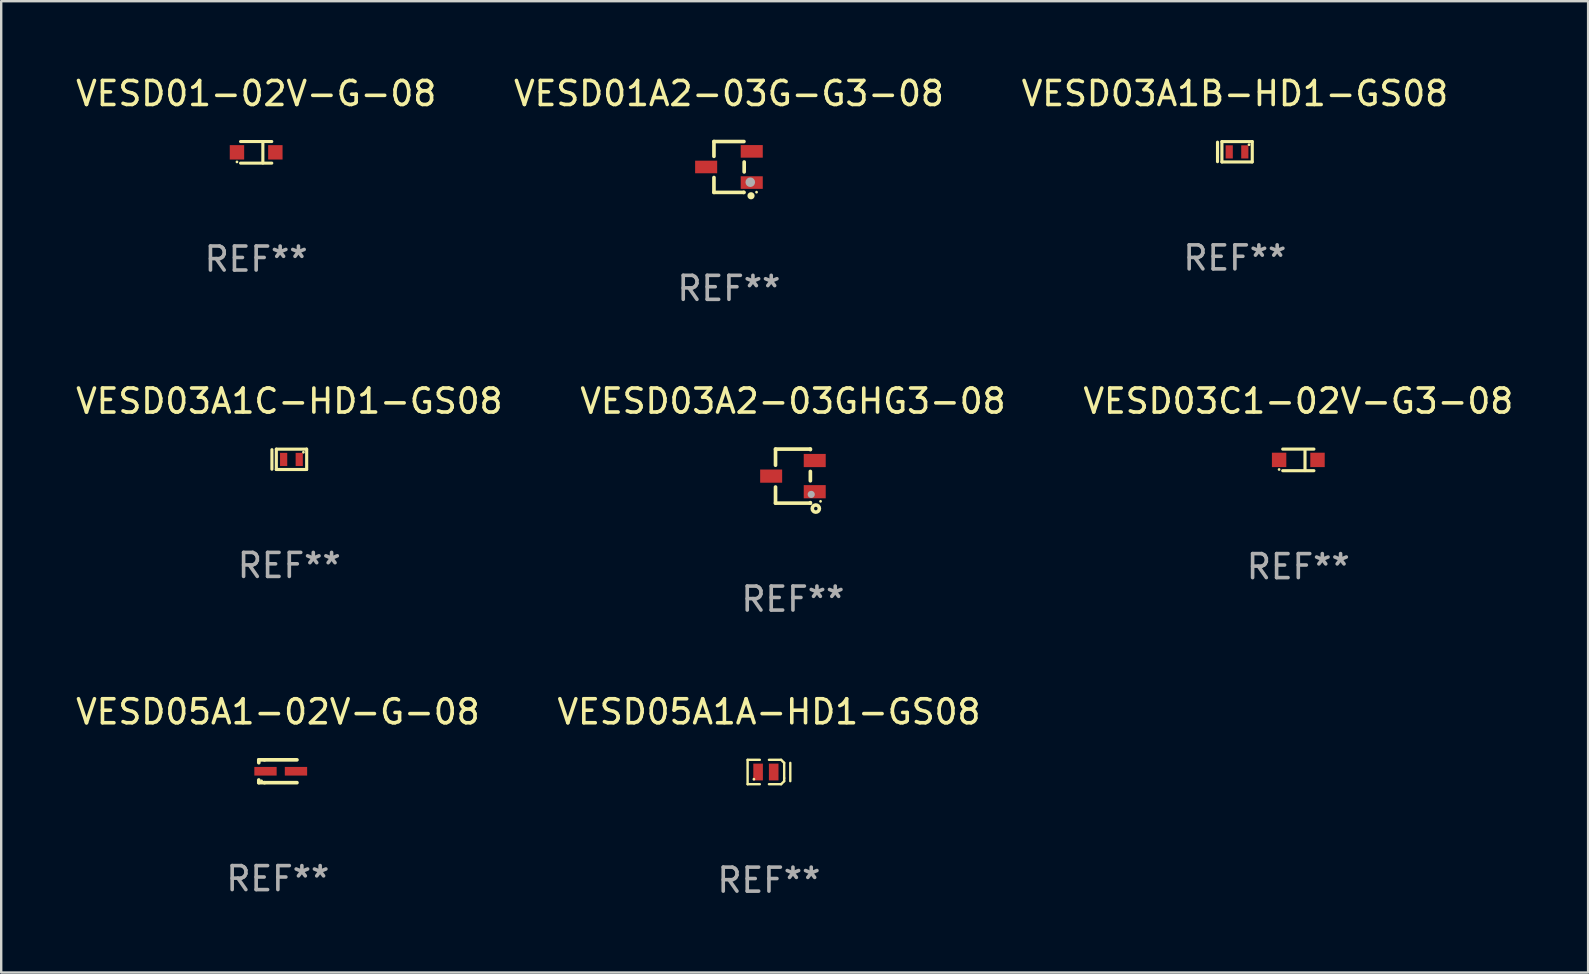
<source format=kicad_pcb>
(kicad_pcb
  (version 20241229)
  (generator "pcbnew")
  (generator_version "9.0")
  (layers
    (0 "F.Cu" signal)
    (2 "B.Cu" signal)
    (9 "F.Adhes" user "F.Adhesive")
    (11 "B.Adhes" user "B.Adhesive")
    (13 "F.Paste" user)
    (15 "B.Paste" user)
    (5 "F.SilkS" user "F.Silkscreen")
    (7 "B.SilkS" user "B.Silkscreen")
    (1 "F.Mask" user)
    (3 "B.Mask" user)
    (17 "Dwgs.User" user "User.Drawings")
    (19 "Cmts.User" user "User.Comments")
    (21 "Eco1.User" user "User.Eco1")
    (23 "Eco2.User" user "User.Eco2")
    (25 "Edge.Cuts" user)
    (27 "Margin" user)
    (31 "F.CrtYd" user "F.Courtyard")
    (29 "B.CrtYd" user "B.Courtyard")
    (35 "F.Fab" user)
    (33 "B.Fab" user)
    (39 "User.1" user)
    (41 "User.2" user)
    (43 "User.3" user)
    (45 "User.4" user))
  (footprint "VESD03C1-02V-G3-08"
    (layer "F.Cu")
    (at 51.054 16.115)
    (property "Reference" "VESD03C1-02V-G3-08" (at 0 -2.45 0) (layer "F.SilkS") (effects (font (size 1 1) (thickness 0.15))))
    (attr through_hole)
    (fp_line (start -0.65 -0.45) (end 0.65 -0.45) (stroke (width 0.13) (type solid)) (layer "F.SilkS"))
    (fp_line (start -0.65 0.45) (end 0.65 0.45) (stroke (width 0.13) (type solid)) (layer "F.SilkS"))
    (fp_line (start 0.279 -0.406) (end 0.279 0.444) (stroke (width 0.13) (type solid)) (layer "F.SilkS"))
    (fp_circle (center -0.8 0.4) (end -0.77 0.4) (stroke (width 0.06) (type solid)) (fill no) (layer "F.SilkS"))
    (fp_text user "REF**" (at 0 4.45 0) (layer "F.Fab") (effects (font (size 1 1) (thickness 0.15))))
    (pad "1" smd rect (at -0.8 0) (size 0.6 0.6) (layers "F.Cu" "F.Mask" "F.Paste"))
    (pad "2" smd rect (at 0.8 0 180) (size 0.6 0.6) (layers "F.Cu" "F.Mask" "F.Paste")))
  (footprint "VESD01-02V-G-08"
    (layer "F.Cu")
    (at 7.625 3.298)
    (property "Reference" "VESD01-02V-G-08" (at 0 -2.45 0) (layer "F.SilkS") (effects (font (size 1 1) (thickness 0.15))))
    (attr through_hole)
    (fp_line (start -0.65 -0.45) (end 0.65 -0.45) (stroke (width 0.13) (type solid)) (layer "F.SilkS"))
    (fp_line (start -0.65 0.45) (end 0.65 0.45) (stroke (width 0.13) (type solid)) (layer "F.SilkS"))
    (fp_line (start 0.279 -0.406) (end 0.279 0.444) (stroke (width 0.13) (type solid)) (layer "F.SilkS"))
    (fp_circle (center -0.8 0.4) (end -0.77 0.4) (stroke (width 0.06) (type solid)) (fill no) (layer "F.SilkS"))
    (fp_text user "REF**" (at 0 4.45 0) (layer "F.Fab") (effects (font (size 1 1) (thickness 0.15))))
    (pad "1" smd rect (at -0.8 0) (size 0.6 0.6) (layers "F.Cu" "F.Mask" "F.Paste"))
    (pad "2" smd rect (at 0.8 0 180) (size 0.6 0.6) (layers "F.Cu" "F.Mask" "F.Paste")))
  (footprint "VESD03A2-03GHG3-08"
    (layer "F.Cu")
    (at 29.994 16.791)
    (property "Reference" "VESD03A2-03GHG3-08" (at 0 -3.126 0) (layer "F.SilkS") (effects (font (size 1 1) (thickness 0.15))))
    (attr through_hole)
    (fp_line (start -0.726 -0.455) (end -0.726 -1.126) (stroke (width 0.152) (type solid)) (layer "F.SilkS"))
    (fp_line (start -0.726 1.126) (end -0.726 0.455) (stroke (width 0.152) (type solid)) (layer "F.SilkS"))
    (fp_line (start 0.726 -1.126) (end -0.726 -1.126) (stroke (width 0.152) (type solid)) (layer "F.SilkS"))
    (fp_line (start 0.726 -1.126) (end 0.726 -1.105) (stroke (width 0.152) (type solid)) (layer "F.SilkS"))
    (fp_line (start 0.726 -0.195) (end 0.726 0.195) (stroke (width 0.152) (type solid)) (layer "F.SilkS"))
    (fp_line (start 0.726 1.105) (end 0.726 1.126) (stroke (width 0.152) (type solid)) (layer "F.SilkS"))
    (fp_line (start 0.726 1.126) (end -0.726 1.126) (stroke (width 0.152) (type solid)) (layer "F.SilkS"))
    (fp_circle (center 0.953 1.352) (end 1.027 1.352) (stroke (width 0.15) (type solid)) (fill no) (layer "F.SilkS"))
    (fp_circle (center 1.15 1.05) (end 1.18 1.05) (stroke (width 0.06) (type solid)) (fill no) (layer "F.SilkS"))
    (fp_circle (center 0.762 0.762) (end 0.837 0.762) (stroke (width 0.15) (type solid)) (fill no) (layer "F.Fab"))
    (fp_text user "REF**" (at 0 5.126 0) (layer "F.Fab") (effects (font (size 1 1) (thickness 0.15))))
    (pad "1" smd rect (at 0.908 0.65 90) (size 0.55 0.916) (layers "F.Cu" "F.Mask" "F.Paste"))
    (pad "2" smd rect (at 0.908 -0.65 90) (size 0.55 0.916) (layers "F.Cu" "F.Mask" "F.Paste"))
    (pad "3" smd rect (at -0.908 0.000064 90) (size 0.55 0.916) (layers "F.Cu" "F.Mask" "F.Paste")))
  (footprint "VESD01A2-03G-G3-08"
    (layer "F.Cu")
    (at 27.327 3.908)
    (property "Reference" "VESD01A2-03G-G3-08" (at 0 -3.06 0) (layer "F.SilkS") (effects (font (size 1 1) (thickness 0.15))))
    (attr through_hole)
    (fp_line (start -0.625 -1.06) (end -0.625 -0.443) (stroke (width 0.152) (type solid)) (layer "F.SilkS"))
    (fp_line (start -0.625 -1.06) (end 0.625 -1.06) (stroke (width 0.152) (type solid)) (layer "F.SilkS"))
    (fp_line (start -0.625 0.44) (end -0.625 1.06) (stroke (width 0.152) (type solid)) (layer "F.SilkS"))
    (fp_line (start -0.625 1.06) (end 0.615 1.06) (stroke (width 0.152) (type solid)) (layer "F.SilkS"))
    (fp_line (start 0.615 1.06) (end 0.625 1.06) (stroke (width 0.152) (type solid)) (layer "F.SilkS"))
    (fp_line (start 0.635 0.207) (end 0.635 -0.207) (stroke (width 0.152) (type solid)) (layer "F.SilkS"))
    (fp_circle (center 0.92 1.2) (end 0.995 1.2) (stroke (width 0.15) (type solid)) (fill no) (layer "F.SilkS"))
    (fp_circle (center 1.15 1.05) (end 1.18 1.05) (stroke (width 0.06) (type solid)) (fill no) (layer "F.SilkS"))
    (fp_circle (center 0.889 0.635) (end 0.989 0.635) (stroke (width 0.2) (type solid)) (fill no) (layer "F.Fab"))
    (fp_text user "REF**" (at 0 5.06 0) (layer "F.Fab") (effects (font (size 1 1) (thickness 0.15))))
    (pad "1" smd rect (at 0.95 0.65 90) (size 0.525 0.919) (layers "F.Cu" "F.Mask" "F.Paste"))
    (pad "2" smd rect (at 0.95 -0.65 90) (size 0.525 0.919) (layers "F.Cu" "F.Mask" "F.Paste"))
    (pad "3" smd rect (at -0.95 0.000102 90) (size 0.525 0.919) (layers "F.Cu" "F.Mask" "F.Paste")))
  (footprint "VESD05A1-02V-G-08"
    (layer "F.Cu")
    (at 8.53 29.09)
    (property "Reference" "VESD05A1-02V-G-08" (at 0 -2.476 0) (layer "F.SilkS") (effects (font (size 1 1) (thickness 0.15))))
    (attr through_hole)
    (fp_line (start -0.795 -0.476) (end -0.795 -0.356) (stroke (width 0.152) (type solid)) (layer "F.SilkS"))
    (fp_line (start -0.795 0.363) (end -0.795 0.476) (stroke (width 0.152) (type solid)) (layer "F.SilkS"))
    (fp_line (start -0.795 0.476) (end -0.557 0.476) (stroke (width 0.152) (type solid)) (layer "F.SilkS"))
    (fp_line (start -0.557 -0.476) (end -0.795 -0.476) (stroke (width 0.152) (type solid)) (layer "F.SilkS"))
    (fp_line (start -0.557 -0.476) (end 0.795 -0.476) (stroke (width 0.152) (type solid)) (layer "F.SilkS"))
    (fp_line (start -0.557 0.476) (end 0.795 0.476) (stroke (width 0.152) (type solid)) (layer "F.SilkS"))
    (fp_circle (center -0.681 0.4) (end -0.651 0.4) (stroke (width 0.06) (type solid)) (fill no) (layer "F.SilkS"))
    (fp_text user "REF**" (at 0 4.476 0) (layer "F.Fab") (effects (font (size 1 1) (thickness 0.15))))
    (pad "1" smd rect (at -0.516 0 180) (size 0.93 0.36) (layers "F.Cu" "F.Mask" "F.Paste"))
    (pad "2" smd rect (at 0.754 0 180) (size 0.93 0.36) (layers "F.Cu" "F.Mask" "F.Paste")))
  (footprint "VESD03A1B-HD1-GS08"
    (layer "F.Cu")
    (at 48.411 3.274)
    (property "Reference" "VESD03A1B-HD1-GS08" (at 0 -2.425 0) (layer "F.SilkS") (effects (font (size 1 1) (thickness 0.15))))
    (attr through_hole)
    (fp_line (start -0.724 -0.4) (end -0.724 0.413) (stroke (width 0.13) (type solid)) (layer "F.SilkS"))
    (fp_line (start -0.541 0.425) (end -0.541 -0.423) (stroke (width 0.13) (type solid)) (layer "F.SilkS"))
    (fp_line (start -0.541 0.425) (end 0.719 0.425) (stroke (width 0.13) (type solid)) (layer "F.SilkS"))
    (fp_line (start 0.719 -0.423) (end -0.541 -0.423) (stroke (width 0.13) (type solid)) (layer "F.SilkS"))
    (fp_line (start 0.724 0.425) (end 0.724 -0.425) (stroke (width 0.13) (type solid)) (layer "F.SilkS"))
    (fp_circle (center 0.589 -0.294) (end 0.619 -0.294) (stroke (width 0.06) (type solid)) (fill no) (layer "F.SilkS"))
    (fp_text user "REF**" (at 0 4.425 0) (layer "F.Fab") (effects (font (size 1 1) (thickness 0.15))))
    (pad "1" smd rect (at 0.414 0.006) (size 0.3 0.55) (layers "F.Cu" "F.Mask" "F.Paste"))
    (pad "2" smd rect (at -0.236 0.006 180) (size 0.3 0.55) (layers "F.Cu" "F.Mask" "F.Paste")))
  (footprint "VESD03A1C-HD1-GS08"
    (layer "F.Cu")
    (at 9.006 16.09)
    (property "Reference" "VESD03A1C-HD1-GS08" (at 0 -2.425 0) (layer "F.SilkS") (effects (font (size 1 1) (thickness 0.15))))
    (attr through_hole)
    (fp_line (start -0.724 -0.4) (end -0.724 0.413) (stroke (width 0.13) (type solid)) (layer "F.SilkS"))
    (fp_line (start -0.541 0.425) (end -0.541 -0.423) (stroke (width 0.13) (type solid)) (layer "F.SilkS"))
    (fp_line (start -0.541 0.425) (end 0.719 0.425) (stroke (width 0.13) (type solid)) (layer "F.SilkS"))
    (fp_line (start 0.719 -0.423) (end -0.541 -0.423) (stroke (width 0.13) (type solid)) (layer "F.SilkS"))
    (fp_line (start 0.724 0.425) (end 0.724 -0.425) (stroke (width 0.13) (type solid)) (layer "F.SilkS"))
    (fp_circle (center 0.589 -0.294) (end 0.619 -0.294) (stroke (width 0.06) (type solid)) (fill no) (layer "F.SilkS"))
    (fp_text user "REF**" (at 0 4.425 0) (layer "F.Fab") (effects (font (size 1 1) (thickness 0.15))))
    (pad "1" smd rect (at 0.414 0.006) (size 0.3 0.55) (layers "F.Cu" "F.Mask" "F.Paste"))
    (pad "2" smd rect (at -0.236 0.006 180) (size 0.3 0.55) (layers "F.Cu" "F.Mask" "F.Paste")))
  (footprint "VESD05A1A-HD1-GS08"
    (layer "F.Cu")
    (at 28.994 29.122)
    (property "Reference" "VESD05A1A-HD1-GS08" (at 0 -2.508 0) (layer "F.SilkS") (effects (font (size 1 1) (thickness 0.15))))
    (attr through_hole)
    (fp_line (start -0.889 -0.508) (end -0.889 0.508) (stroke (width 0.1) (type solid)) (layer "F.SilkS"))
    (fp_line (start -0.889 0.508) (end -0.381 0.508) (stroke (width 0.1) (type solid)) (layer "F.SilkS"))
    (fp_line (start -0.381 -0.508) (end -0.889 -0.508) (stroke (width 0.1) (type solid)) (layer "F.SilkS"))
    (fp_line (start 0 -0.508) (end 0.508 -0.508) (stroke (width 0.1) (type solid)) (layer "F.SilkS"))
    (fp_line (start 0.508 -0.508) (end 0.635 -0.381) (stroke (width 0.1) (type solid)) (layer "F.SilkS"))
    (fp_line (start 0.508 0.508) (end 0 0.508) (stroke (width 0.1) (type solid)) (layer "F.SilkS"))
    (fp_line (start 0.635 -0.381) (end 0.635 0.254) (stroke (width 0.1) (type solid)) (layer "F.SilkS"))
    (fp_line (start 0.635 0.254) (end 0.635 0.381) (stroke (width 0.1) (type solid)) (layer "F.SilkS"))
    (fp_line (start 0.635 0.381) (end 0.508 0.508) (stroke (width 0.1) (type solid)) (layer "F.SilkS"))
    (fp_line (start 0.889 -0.381) (end 0.889 0.381) (stroke (width 0.1) (type solid)) (layer "F.SilkS"))
    (fp_circle (center -0.627 0.3) (end -0.597 0.3) (stroke (width 0.06) (type solid)) (fill no) (layer "F.SilkS"))
    (fp_text user "REF**" (at 0 4.508 0) (layer "F.Fab") (effects (font (size 1 1) (thickness 0.15))))
    (pad "1" smd rect (at -0.452 0) (size 0.4 0.7) (layers "F.Cu" "F.Mask" "F.Paste"))
    (pad "2" smd rect (at 0.198 0) (size 0.4 0.7) (layers "F.Cu" "F.Mask" "F.Paste")))
  (gr_rect
    (start -3 -3)
    (end 63.131 37.478)
    (stroke (width 0.1) (type default))
    (fill no)
    (layer "Edge.Cuts")))
</source>
